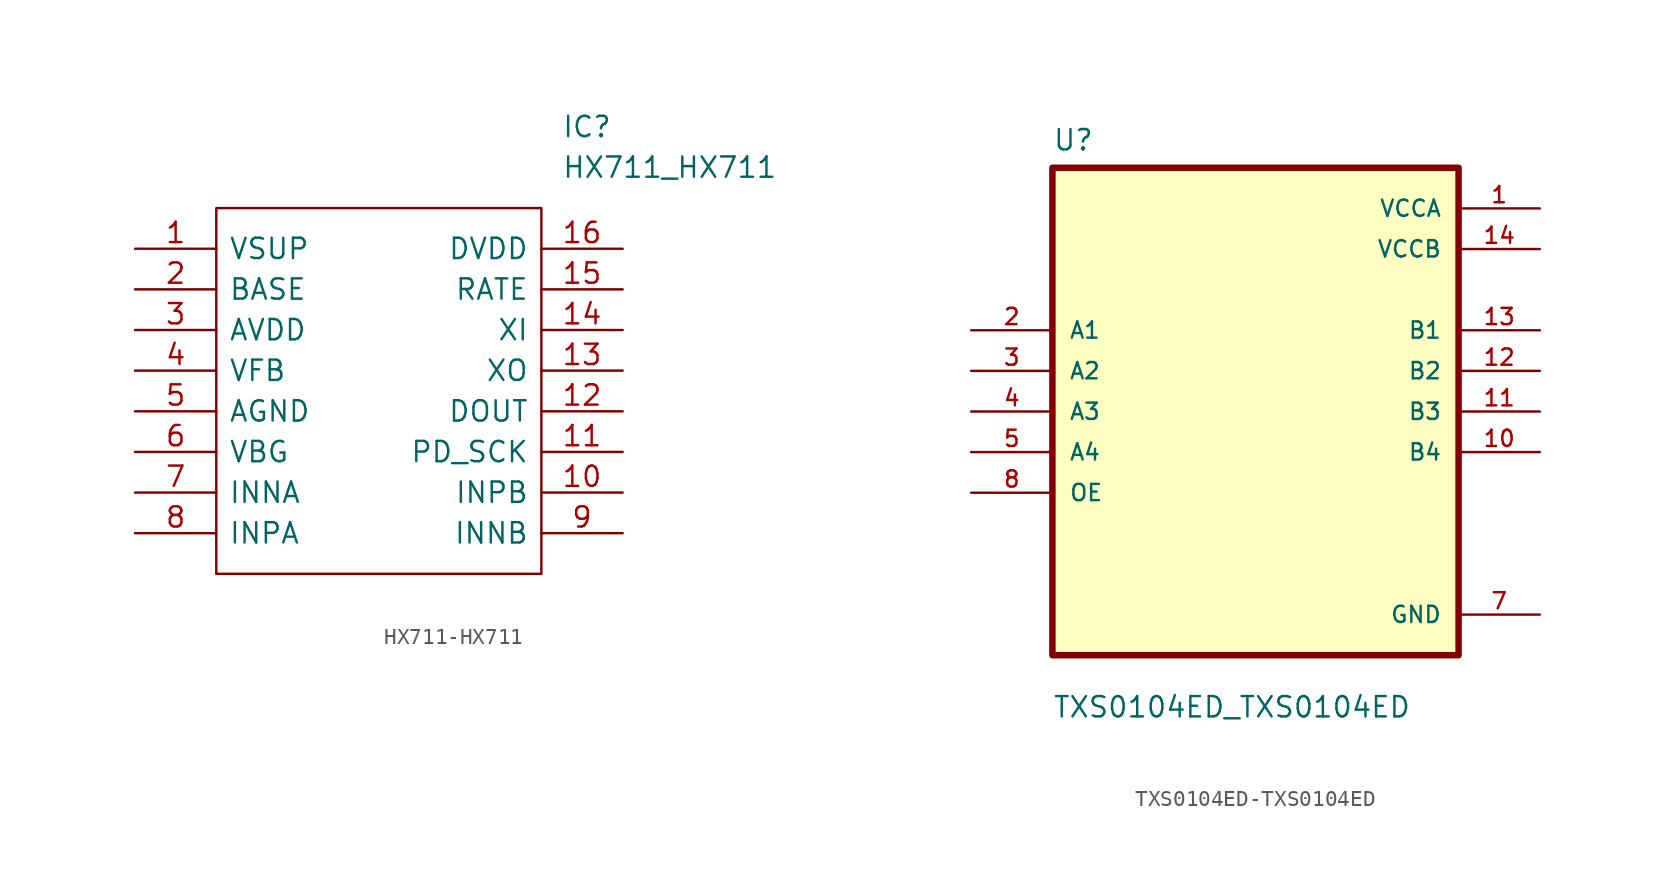
<source format=kicad_sym>
(kicad_symbol_lib
  (version 20220914)
  (generator kicad_symbol_editor)
  (symbol "HX711-HX711"
    (pin_names
      (offset 0.762))
    (property "Reference" "IC"
      (at 26.67 7.62 0)
      (effects (font (size 1.27 1.27)) (justify left)))
    (property "Value" "HX711_HX711"
      (at 26.67 5.08 0)
      (effects (font (size 1.27 1.27)) (justify left)))
    (symbol "HX711-HX711_0_0"
      (pin passive line (at 0 0 0) (length 5.08) (name "VSUP" (effects (font (size 1.27 1.27)))) (number "1" (effects (font (size 1.27 1.27)))))
      (pin passive line (at 30.48 -15.24 180) (length 5.08) (name "INPB" (effects (font (size 1.27 1.27)))) (number "10" (effects (font (size 1.27 1.27)))))
      (pin passive line (at 30.48 -12.7 180) (length 5.08) (name "PD_SCK" (effects (font (size 1.27 1.27)))) (number "11" (effects (font (size 1.27 1.27)))))
      (pin passive line (at 30.48 -10.16 180) (length 5.08) (name "DOUT" (effects (font (size 1.27 1.27)))) (number "12" (effects (font (size 1.27 1.27)))))
      (pin passive line (at 30.48 -7.62 180) (length 5.08) (name "XO" (effects (font (size 1.27 1.27)))) (number "13" (effects (font (size 1.27 1.27)))))
      (pin passive line (at 30.48 -5.08 180) (length 5.08) (name "XI" (effects (font (size 1.27 1.27)))) (number "14" (effects (font (size 1.27 1.27)))))
      (pin passive line (at 30.48 -2.54 180) (length 5.08) (name "RATE" (effects (font (size 1.27 1.27)))) (number "15" (effects (font (size 1.27 1.27)))))
      (pin passive line (at 30.48 0 180) (length 5.08) (name "DVDD" (effects (font (size 1.27 1.27)))) (number "16" (effects (font (size 1.27 1.27)))))
      (pin passive line (at 0 -2.54 0) (length 5.08) (name "BASE" (effects (font (size 1.27 1.27)))) (number "2" (effects (font (size 1.27 1.27)))))
      (pin passive line (at 0 -5.08 0) (length 5.08) (name "AVDD" (effects (font (size 1.27 1.27)))) (number "3" (effects (font (size 1.27 1.27)))))
      (pin passive line (at 0 -7.62 0) (length 5.08) (name "VFB" (effects (font (size 1.27 1.27)))) (number "4" (effects (font (size 1.27 1.27)))))
      (pin passive line (at 0 -10.16 0) (length 5.08) (name "AGND" (effects (font (size 1.27 1.27)))) (number "5" (effects (font (size 1.27 1.27)))))
      (pin passive line (at 0 -12.7 0) (length 5.08) (name "VBG" (effects (font (size 1.27 1.27)))) (number "6" (effects (font (size 1.27 1.27)))))
      (pin passive line (at 0 -15.24 0) (length 5.08) (name "INNA" (effects (font (size 1.27 1.27)))) (number "7" (effects (font (size 1.27 1.27)))))
      (pin passive line (at 0 -17.78 0) (length 5.08) (name "INPA" (effects (font (size 1.27 1.27)))) (number "8" (effects (font (size 1.27 1.27)))))
      (pin passive line (at 30.48 -17.78 180) (length 5.08) (name "INNB" (effects (font (size 1.27 1.27)))) (number "9" (effects (font (size 1.27 1.27))))))
    (symbol "HX711-HX711_0_1"
      (polyline (pts (xy 5.08 2.54) (xy 25.4 2.54) (xy 25.4 -20.32) (xy 5.08 -20.32) (xy 5.08 2.54)) (stroke (width 0.152) (type solid)) (fill (type none)))))
  (symbol "TXS0104ED-TXS0104ED"
    (pin_names
      (offset 1.016))
    (property "Reference" "U"
      (at -12.7 16.231 0)
      (effects (font (size 1.27 1.27)) (justify left bottom)))
    (property "Value" "TXS0104ED_TXS0104ED"
      (at -12.7 -19.228 0)
      (effects (font (size 1.27 1.27)) (justify left bottom)))
    (property "ki_locked" ""
      (at 0 0 0)
      (effects (font (size 1.27 1.27))))
    (symbol "TXS0104ED-TXS0104ED_0_0"
      (rectangle (start -12.7 -15.24) (end 12.7 15.24) (stroke (width 0.406) (type solid)) (fill (type background)))
      (pin power_in line (at 17.78 12.7 180) (length 5.08) (name "VCCA" (effects (font (size 1.016 1.016)))) (number "1" (effects (font (size 1.016 1.016)))))
      (pin output line (at 17.78 -2.54 180) (length 5.08) (name "B4" (effects (font (size 1.016 1.016)))) (number "10" (effects (font (size 1.016 1.016)))))
      (pin output line (at 17.78 0 180) (length 5.08) (name "B3" (effects (font (size 1.016 1.016)))) (number "11" (effects (font (size 1.016 1.016)))))
      (pin output line (at 17.78 2.54 180) (length 5.08) (name "B2" (effects (font (size 1.016 1.016)))) (number "12" (effects (font (size 1.016 1.016)))))
      (pin output line (at 17.78 5.08 180) (length 5.08) (name "B1" (effects (font (size 1.016 1.016)))) (number "13" (effects (font (size 1.016 1.016)))))
      (pin power_in line (at 17.78 10.16 180) (length 5.08) (name "VCCB" (effects (font (size 1.016 1.016)))) (number "14" (effects (font (size 1.016 1.016)))))
      (pin input line (at -17.78 5.08 0) (length 5.08) (name "A1" (effects (font (size 1.016 1.016)))) (number "2" (effects (font (size 1.016 1.016)))))
      (pin input line (at -17.78 2.54 0) (length 5.08) (name "A2" (effects (font (size 1.016 1.016)))) (number "3" (effects (font (size 1.016 1.016)))))
      (pin input line (at -17.78 0 0) (length 5.08) (name "A3" (effects (font (size 1.016 1.016)))) (number "4" (effects (font (size 1.016 1.016)))))
      (pin input line (at -17.78 -2.54 0) (length 5.08) (name "A4" (effects (font (size 1.016 1.016)))) (number "5" (effects (font (size 1.016 1.016)))))
      (pin power_in line (at 17.78 -12.7 180) (length 5.08) (name "GND" (effects (font (size 1.016 1.016)))) (number "7" (effects (font (size 1.016 1.016)))))
      (pin input line (at -17.78 -5.08 0) (length 5.08) (name "OE" (effects (font (size 1.016 1.016)))) (number "8" (effects (font (size 1.016 1.016))))))))
</source>
